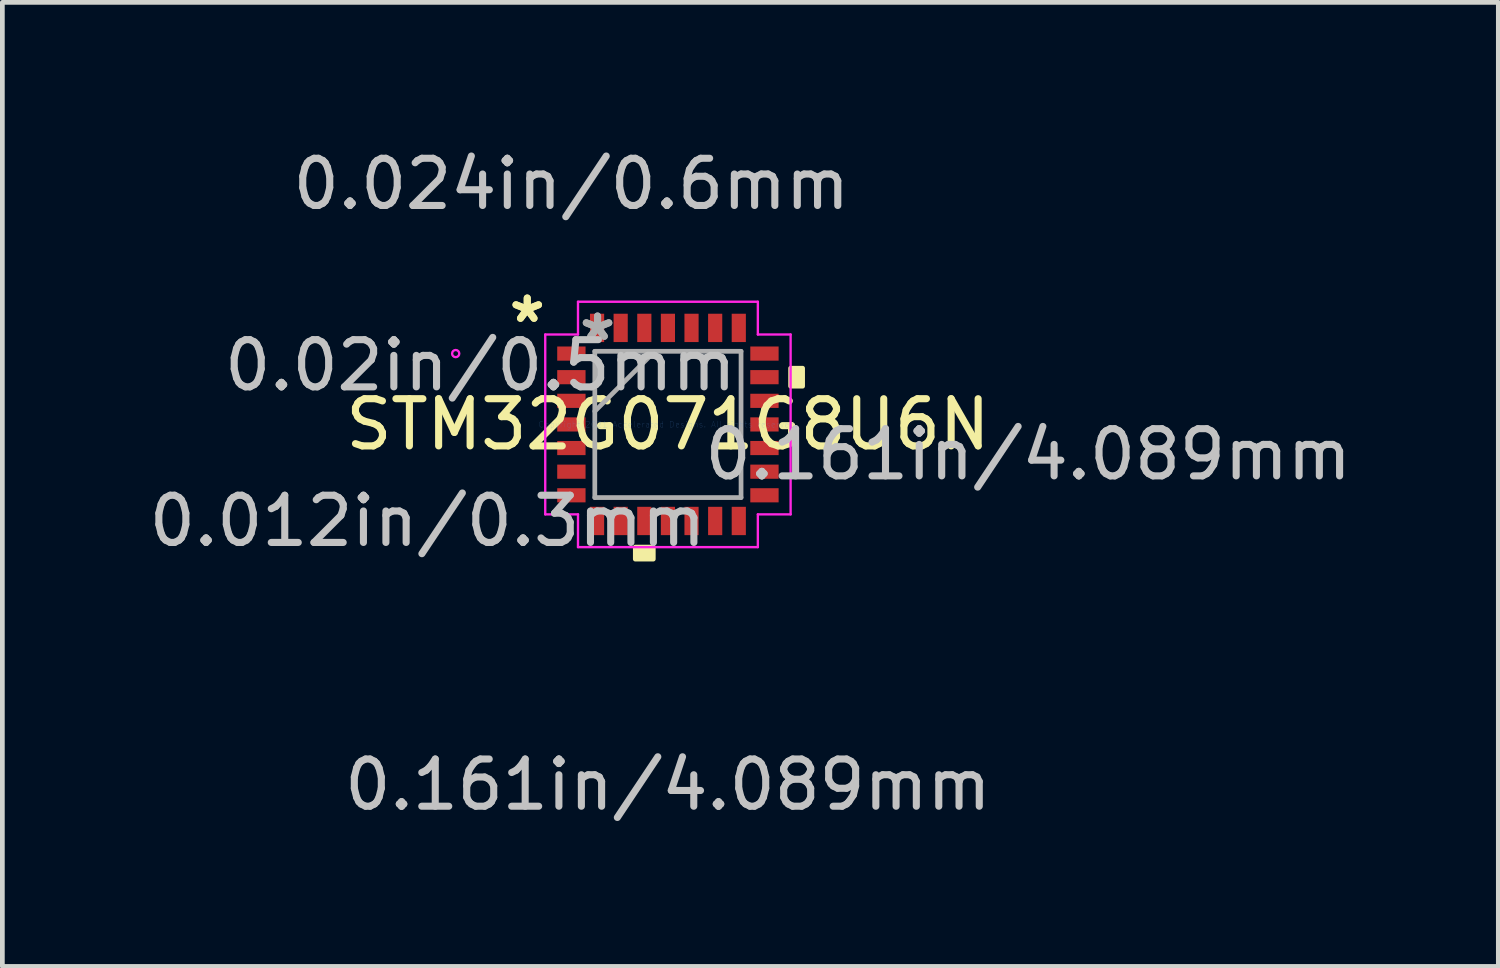
<source format=kicad_pcb>
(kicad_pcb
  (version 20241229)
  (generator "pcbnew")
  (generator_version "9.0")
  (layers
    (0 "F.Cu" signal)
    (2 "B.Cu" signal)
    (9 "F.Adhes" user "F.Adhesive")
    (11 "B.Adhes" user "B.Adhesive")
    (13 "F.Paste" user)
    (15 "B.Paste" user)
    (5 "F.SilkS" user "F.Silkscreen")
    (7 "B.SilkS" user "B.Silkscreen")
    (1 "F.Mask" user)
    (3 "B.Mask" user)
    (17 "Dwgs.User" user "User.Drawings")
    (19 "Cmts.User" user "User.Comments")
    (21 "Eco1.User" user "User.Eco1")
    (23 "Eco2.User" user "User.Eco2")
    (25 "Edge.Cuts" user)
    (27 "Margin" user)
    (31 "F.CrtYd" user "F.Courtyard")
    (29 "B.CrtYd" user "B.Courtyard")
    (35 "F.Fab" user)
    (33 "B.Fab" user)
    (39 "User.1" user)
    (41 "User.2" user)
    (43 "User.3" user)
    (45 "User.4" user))
  (footprint "STM32G071G8U6N"
    (layer "F.Cu")
    (at 11.099 5.941)
    (property "Reference" "STM32G071G8U6N" (at 0 0 0) (layer "F.SilkS") (effects (font (size 1 1) (thickness 0.15))))
    (attr through_hole)
    (fp_poly (pts (xy -0.691 2.599) (xy -0.691 2.853) (xy -0.31 2.853) (xy -0.31 2.599)) (stroke (width 0.1) (type solid)) (fill yes) (layer "F.SilkS"))
    (fp_poly (pts (xy 2.853 -1.191) (xy 2.853 -0.81) (xy 2.599 -0.81) (xy 2.599 -1.191)) (stroke (width 0.1) (type solid)) (fill yes) (layer "F.SilkS"))
    (fp_line (start -2.599 -1.905) (end -1.905 -1.905) (stroke (width 0.05) (type solid)) (layer "F.CrtYd"))
    (fp_line (start -2.599 1.905) (end -2.599 -1.905) (stroke (width 0.05) (type solid)) (layer "F.CrtYd"))
    (fp_line (start -1.905 -2.599) (end 1.905 -2.599) (stroke (width 0.05) (type solid)) (layer "F.CrtYd"))
    (fp_line (start -1.905 -1.905) (end -1.905 -2.599) (stroke (width 0.05) (type solid)) (layer "F.CrtYd"))
    (fp_line (start -1.905 1.905) (end -2.599 1.905) (stroke (width 0.05) (type solid)) (layer "F.CrtYd"))
    (fp_line (start -1.905 2.599) (end -1.905 1.905) (stroke (width 0.05) (type solid)) (layer "F.CrtYd"))
    (fp_line (start 1.905 -2.599) (end 1.905 -1.905) (stroke (width 0.05) (type solid)) (layer "F.CrtYd"))
    (fp_line (start 1.905 -1.905) (end 2.599 -1.905) (stroke (width 0.05) (type solid)) (layer "F.CrtYd"))
    (fp_line (start 1.905 1.905) (end 1.905 2.599) (stroke (width 0.05) (type solid)) (layer "F.CrtYd"))
    (fp_line (start 1.905 2.599) (end -1.905 2.599) (stroke (width 0.05) (type solid)) (layer "F.CrtYd"))
    (fp_line (start 2.599 -1.905) (end 2.599 1.905) (stroke (width 0.05) (type solid)) (layer "F.CrtYd"))
    (fp_line (start 2.599 1.905) (end 1.905 1.905) (stroke (width 0.05) (type solid)) (layer "F.CrtYd"))
    (fp_circle (center -4.496 -1.501) (end -4.42 -1.501) (stroke (width 0.05) (type solid)) (fill no) (layer "F.CrtYd"))
    (fp_line (start -1.549 -1.549) (end -1.549 1.549) (stroke (width 0.1) (type solid)) (layer "F.Fab"))
    (fp_line (start -1.549 -0.279) (end -0.279 -1.549) (stroke (width 0.1) (type solid)) (layer "F.Fab"))
    (fp_line (start -1.549 1.549) (end 1.549 1.549) (stroke (width 0.1) (type solid)) (layer "F.Fab"))
    (fp_line (start 1.549 -1.549) (end -1.549 -1.549) (stroke (width 0.1) (type solid)) (layer "F.Fab"))
    (fp_line (start 1.549 1.549) (end 1.549 -1.549) (stroke (width 0.1) (type solid)) (layer "F.Fab"))
    (fp_text user "*" (at -2.98 -2.132 0) (layer "F.SilkS") (effects (font (size 1 1) (thickness 0.15))))
    (fp_text user "*" (at -2.98 -2.132 0) (layer "F.SilkS") (effects (font (size 1 1) (thickness 0.15))))
    (fp_text user "0.161in/4.089mm" (at 0 7.633 0) (layer "Dwgs.User") (effects (font (size 1 1) (thickness 0.15))))
    (fp_text user "0.02in/0.5mm" (at -3.973 -1.251 0) (layer "Dwgs.User") (effects (font (size 1 1) (thickness 0.15))))
    (fp_text user "0.024in/0.6mm" (at -2.045 -5.093 0) (layer "Dwgs.User") (effects (font (size 1 1) (thickness 0.15))))
    (fp_text user "0.161in/4.089mm" (at 7.633 0.635 0) (layer "Dwgs.User") (effects (font (size 1 1) (thickness 0.15))))
    (fp_text user "0.012in/0.3mm" (at -5.093 2.045 0) (layer "Dwgs.User") (effects (font (size 1 1) (thickness 0.15))))
    (fp_text user "Copyright 2021 Accelerated Designs. All rights reserved." (at 0 0 0) (layer "Cmts.User") (effects (font (size 0.127 0.127) (thickness 0.002))))
    (fp_text user "*" (at -1.491 -1.751 0) (layer "F.Fab") (effects (font (size 1 1) (thickness 0.15))))
    (fp_text user "*" (at -1.491 -1.751 0) (layer "F.Fab") (effects (font (size 1 1) (thickness 0.15))))
    (pad "1" smd rect (at -2.045 -1.501 90) (size 0.3 0.6) (layers "F.Cu" "F.Mask" "F.Paste"))
    (pad "2" smd rect (at -2.045 -1.001 90) (size 0.3 0.6) (layers "F.Cu" "F.Mask" "F.Paste"))
    (pad "3" smd rect (at -2.045 -0.5 90) (size 0.3 0.6) (layers "F.Cu" "F.Mask" "F.Paste"))
    (pad "4" smd rect (at -2.045 0 90) (size 0.3 0.6) (layers "F.Cu" "F.Mask" "F.Paste"))
    (pad "5" smd rect (at -2.045 0.5 90) (size 0.3 0.6) (layers "F.Cu" "F.Mask" "F.Paste"))
    (pad "6" smd rect (at -2.045 1.001 90) (size 0.3 0.6) (layers "F.Cu" "F.Mask" "F.Paste"))
    (pad "7" smd rect (at -2.045 1.501 90) (size 0.3 0.6) (layers "F.Cu" "F.Mask" "F.Paste"))
    (pad "8" smd rect (at -1.501 2.045) (size 0.3 0.6) (layers "F.Cu" "F.Mask" "F.Paste"))
    (pad "9" smd rect (at -1.001 2.045) (size 0.3 0.6) (layers "F.Cu" "F.Mask" "F.Paste"))
    (pad "10" smd rect (at -0.5 2.045) (size 0.3 0.6) (layers "F.Cu" "F.Mask" "F.Paste"))
    (pad "11" smd rect (at 0 2.045) (size 0.3 0.6) (layers "F.Cu" "F.Mask" "F.Paste"))
    (pad "12" smd rect (at 0.5 2.045) (size 0.3 0.6) (layers "F.Cu" "F.Mask" "F.Paste"))
    (pad "13" smd rect (at 1.001 2.045) (size 0.3 0.6) (layers "F.Cu" "F.Mask" "F.Paste"))
    (pad "14" smd rect (at 1.501 2.045) (size 0.3 0.6) (layers "F.Cu" "F.Mask" "F.Paste"))
    (pad "15" smd rect (at 2.045 1.501 90) (size 0.3 0.6) (layers "F.Cu" "F.Mask" "F.Paste"))
    (pad "16" smd rect (at 2.045 1.001 90) (size 0.3 0.6) (layers "F.Cu" "F.Mask" "F.Paste"))
    (pad "17" smd rect (at 2.045 0.5 90) (size 0.3 0.6) (layers "F.Cu" "F.Mask" "F.Paste"))
    (pad "18" smd rect (at 2.045 0 90) (size 0.3 0.6) (layers "F.Cu" "F.Mask" "F.Paste"))
    (pad "19" smd rect (at 2.045 -0.5 90) (size 0.3 0.6) (layers "F.Cu" "F.Mask" "F.Paste"))
    (pad "20" smd rect (at 2.045 -1.001 90) (size 0.3 0.6) (layers "F.Cu" "F.Mask" "F.Paste"))
    (pad "21" smd rect (at 2.045 -1.501 90) (size 0.3 0.6) (layers "F.Cu" "F.Mask" "F.Paste"))
    (pad "22" smd rect (at 1.501 -2.045) (size 0.3 0.6) (layers "F.Cu" "F.Mask" "F.Paste"))
    (pad "23" smd rect (at 1.001 -2.045) (size 0.3 0.6) (layers "F.Cu" "F.Mask" "F.Paste"))
    (pad "24" smd rect (at 0.5 -2.045) (size 0.3 0.6) (layers "F.Cu" "F.Mask" "F.Paste"))
    (pad "25" smd rect (at 0 -2.045) (size 0.3 0.6) (layers "F.Cu" "F.Mask" "F.Paste"))
    (pad "26" smd rect (at -0.5 -2.045) (size 0.3 0.6) (layers "F.Cu" "F.Mask" "F.Paste"))
    (pad "27" smd rect (at -1.001 -2.045) (size 0.3 0.6) (layers "F.Cu" "F.Mask" "F.Paste"))
    (pad "28" smd rect (at -1.501 -2.045) (size 0.3 0.6) (layers "F.Cu" "F.Mask" "F.Paste")))
  (gr_rect
    (start -3 -3)
    (end 28.69 17.422)
    (stroke (width 0.1) (type default))
    (fill no)
    (layer "Edge.Cuts")))
</source>
